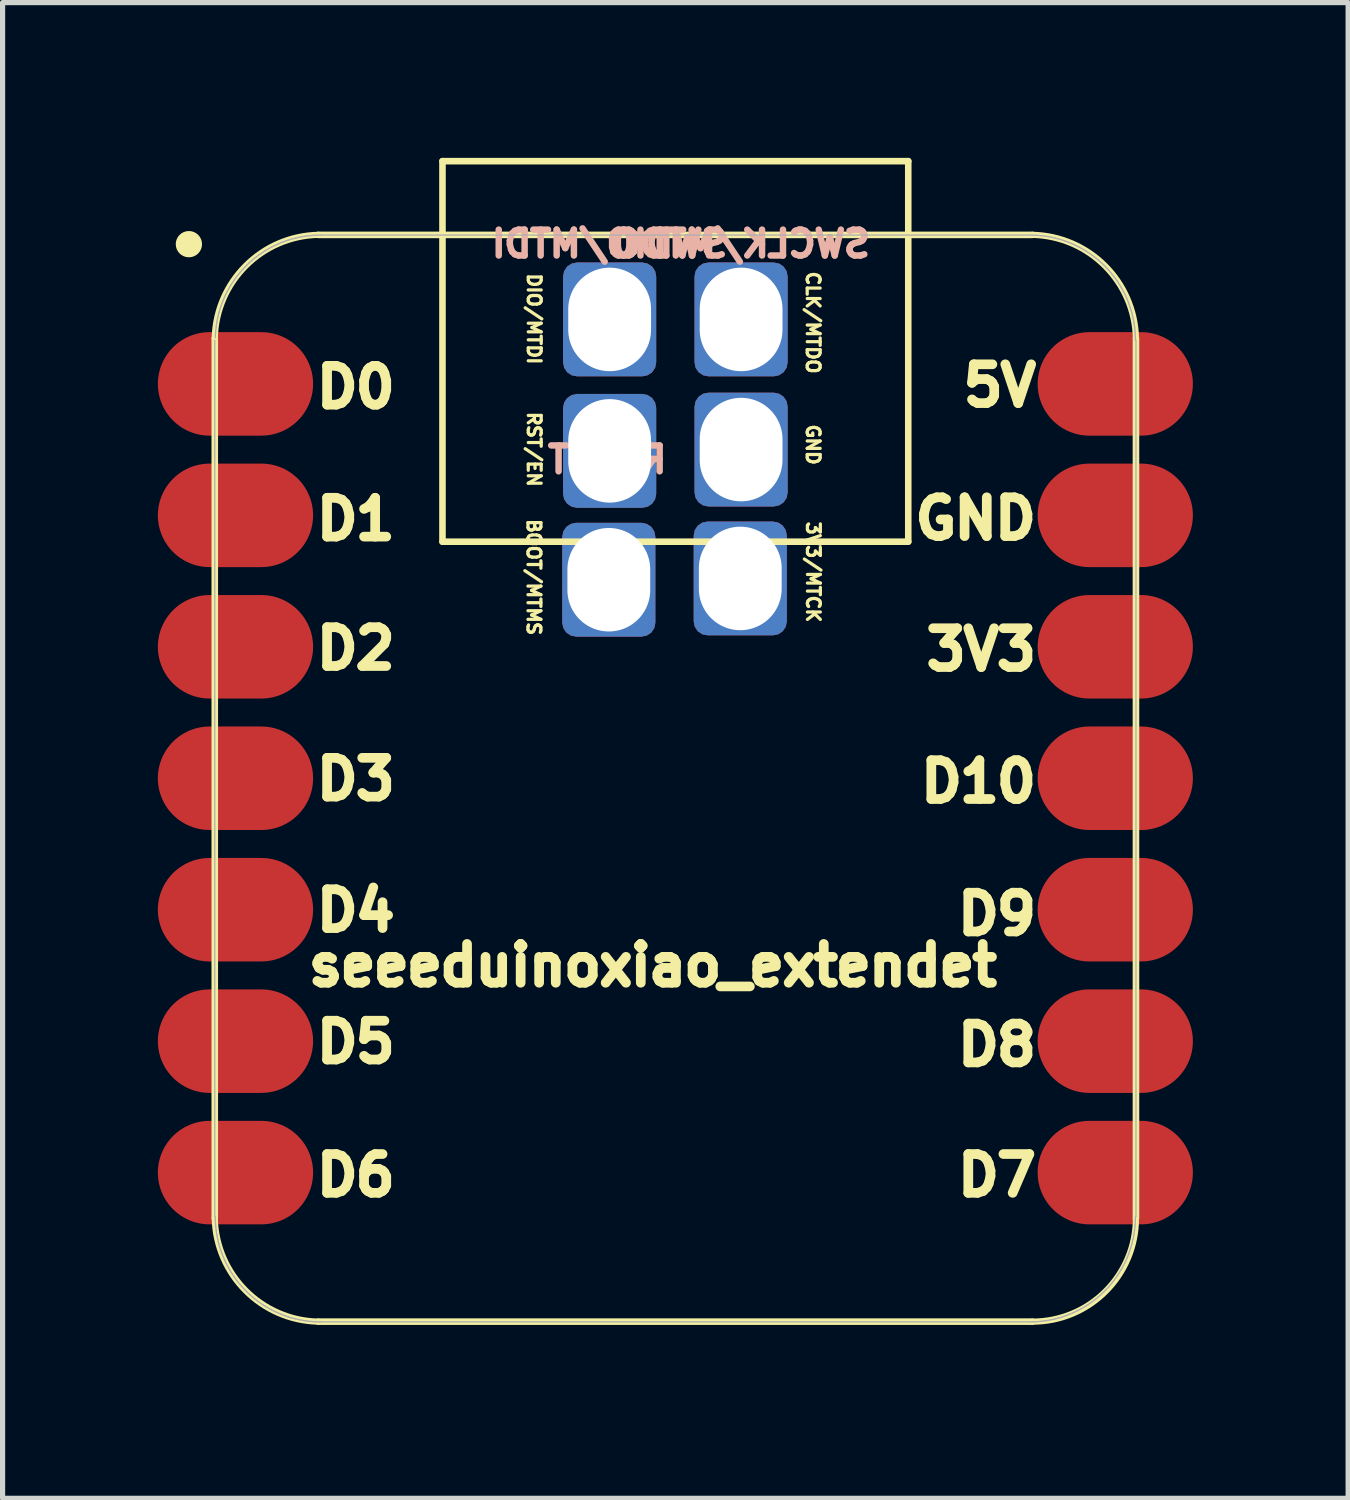
<source format=kicad_pcb>
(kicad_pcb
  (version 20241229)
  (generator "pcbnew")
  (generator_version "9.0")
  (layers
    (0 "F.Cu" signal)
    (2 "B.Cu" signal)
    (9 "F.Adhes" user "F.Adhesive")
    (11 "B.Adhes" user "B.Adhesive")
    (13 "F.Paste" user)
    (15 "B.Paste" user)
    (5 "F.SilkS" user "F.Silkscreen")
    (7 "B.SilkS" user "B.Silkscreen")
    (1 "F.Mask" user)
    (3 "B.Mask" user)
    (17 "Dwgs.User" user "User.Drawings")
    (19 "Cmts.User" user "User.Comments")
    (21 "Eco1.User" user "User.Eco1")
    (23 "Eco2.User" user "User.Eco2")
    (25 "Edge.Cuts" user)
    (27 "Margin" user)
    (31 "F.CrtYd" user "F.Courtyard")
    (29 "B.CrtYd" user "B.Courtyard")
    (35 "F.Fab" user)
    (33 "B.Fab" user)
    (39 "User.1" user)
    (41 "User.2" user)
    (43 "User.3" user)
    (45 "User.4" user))
  (footprint "seeeduinoxiao_extendet"
    (layer "F.Cu")
    (at 0.914 22.652)
    (property "Reference" "seeeduinoxiao_extendet" (at 8.65 -7.05 0) (layer "F.SilkS") (effects (font (size 0.75 0.75) (thickness 0.188))))
    (attr smd exclude_from_bom)
    (fp_line (start 0.186 -19.164) (end 0.186 -2.164) (stroke (width 0.127) (type solid)) (layer "F.SilkS"))
    (fp_line (start 2.186 -0.164) (end 15.986 -0.164) (stroke (width 0.127) (type solid)) (layer "F.SilkS"))
    (fp_line (start 4.586 -22.588) (end 13.586 -22.588) (stroke (width 0.127) (type solid)) (layer "F.SilkS"))
    (fp_line (start 4.586 -15.235) (end 4.586 -22.588) (stroke (width 0.127) (type solid)) (layer "F.SilkS"))
    (fp_line (start 13.586 -22.588) (end 13.586 -15.235) (stroke (width 0.127) (type solid)) (layer "F.SilkS"))
    (fp_line (start 13.586 -15.235) (end 4.586 -15.235) (stroke (width 0.127) (type solid)) (layer "F.SilkS"))
    (fp_line (start 15.986 -21.163) (end 2.186 -21.163) (stroke (width 0.127) (type solid)) (layer "F.SilkS"))
    (fp_line (start 17.986 -2.164) (end 17.986 -19.164) (stroke (width 0.127) (type solid)) (layer "F.SilkS"))
    (fp_arc (start 0.185786 -19.164214) (mid 0.784295 -20.565705) (end 2.185786 -21.164214) (stroke (width 0.12) (type solid)) (layer "F.SilkS"))
    (fp_arc (start 2.185786 -0.164214) (mid 0.784363 -0.762791) (end 0.185786 -2.164214) (stroke (width 0.12) (type solid)) (layer "F.SilkS"))
    (fp_arc (start 15.985786 -21.164214) (mid 17.38727 -20.565698) (end 17.985786 -19.164214) (stroke (width 0.12) (type solid)) (layer "F.SilkS"))
    (fp_arc (start 17.985786 -2.164214) (mid 17.400004 -0.749996) (end 15.985786 -0.164214) (stroke (width 0.12) (type solid)) (layer "F.SilkS"))
    (fp_circle (center -0.314 -20.984) (end -0.314 -21.238) (stroke (width 0) (type solid)) (fill yes) (layer "F.SilkS"))
    (fp_poly (pts (xy 0.198 -19.226) (xy 0.201 -19.275) (xy 0.205 -19.324)) (stroke (width 0.025) (type solid)) (fill no) (layer "F.SilkS"))
    (fp_poly (pts (xy 17.975 -2.143) (xy 17.973 -2.093) (xy 17.97 -2.045) (xy 17.966 -1.996) (xy 17.961 -1.947) (xy 17.954 -1.898) (xy 17.947 -1.85) (xy 17.938 -1.801) (xy 17.928 -1.753)) (stroke (width 0.025) (type solid)) (fill no) (layer "F.SilkS"))
    (fp_line (start 0.186 -19.128) (end 0.186 -2.192) (stroke (width 0.025) (type solid)) (layer "F.Fab"))
    (fp_line (start 0.196 -2.192) (end 0.196 -2.143) (stroke (width 0.025) (type solid)) (layer "F.Fab"))
    (fp_line (start 0.196 -2.143) (end 0.198 -2.093) (stroke (width 0.025) (type solid)) (layer "F.Fab"))
    (fp_line (start 0.198 -19.226) (end 0.196 -19.177) (stroke (width 0.025) (type solid)) (layer "F.Fab"))
    (fp_line (start 0.198 -2.093) (end 0.201 -2.045) (stroke (width 0.025) (type solid)) (layer "F.Fab"))
    (fp_line (start 0.201 -19.275) (end 0.198 -19.226) (stroke (width 0.025) (type solid)) (layer "F.Fab"))
    (fp_line (start 0.201 -2.045) (end 0.205 -1.996) (stroke (width 0.025) (type solid)) (layer "F.Fab"))
    (fp_line (start 0.205 -19.324) (end 0.201 -19.275) (stroke (width 0.025) (type solid)) (layer "F.Fab"))
    (fp_line (start 0.205 -1.996) (end 0.211 -1.947) (stroke (width 0.025) (type solid)) (layer "F.Fab"))
    (fp_line (start 0.211 -19.372) (end 0.205 -19.324) (stroke (width 0.025) (type solid)) (layer "F.Fab"))
    (fp_line (start 0.211 -1.947) (end 0.217 -1.898) (stroke (width 0.025) (type solid)) (layer "F.Fab"))
    (fp_line (start 0.217 -19.421) (end 0.211 -19.372) (stroke (width 0.025) (type solid)) (layer "F.Fab"))
    (fp_line (start 0.217 -1.898) (end 0.225 -1.85) (stroke (width 0.025) (type solid)) (layer "F.Fab"))
    (fp_line (start 0.225 -19.47) (end 0.217 -19.421) (stroke (width 0.025) (type solid)) (layer "F.Fab"))
    (fp_line (start 0.225 -1.85) (end 0.234 -1.801) (stroke (width 0.025) (type solid)) (layer "F.Fab"))
    (fp_line (start 0.234 -19.518) (end 0.225 -19.47) (stroke (width 0.025) (type solid)) (layer "F.Fab"))
    (fp_line (start 0.234 -1.801) (end 0.244 -1.753) (stroke (width 0.025) (type solid)) (layer "F.Fab"))
    (fp_line (start 0.244 -19.566) (end 0.234 -19.518) (stroke (width 0.025) (type solid)) (layer "F.Fab"))
    (fp_line (start 0.244 -1.753) (end 0.255 -1.705) (stroke (width 0.025) (type solid)) (layer "F.Fab"))
    (fp_line (start 0.255 -19.614) (end 0.244 -19.566) (stroke (width 0.025) (type solid)) (layer "F.Fab"))
    (fp_line (start 0.255 -1.705) (end 0.267 -1.658) (stroke (width 0.025) (type solid)) (layer "F.Fab"))
    (fp_line (start 0.267 -19.662) (end 0.255 -19.614) (stroke (width 0.025) (type solid)) (layer "F.Fab"))
    (fp_line (start 0.267 -1.658) (end 0.281 -1.611) (stroke (width 0.025) (type solid)) (layer "F.Fab"))
    (fp_line (start 0.281 -19.709) (end 0.267 -19.662) (stroke (width 0.025) (type solid)) (layer "F.Fab"))
    (fp_line (start 0.281 -1.611) (end 0.295 -1.564) (stroke (width 0.025) (type solid)) (layer "F.Fab"))
    (fp_line (start 0.295 -19.756) (end 0.281 -19.709) (stroke (width 0.025) (type solid)) (layer "F.Fab"))
    (fp_line (start 0.295 -1.564) (end 0.311 -1.517) (stroke (width 0.025) (type solid)) (layer "F.Fab"))
    (fp_line (start 0.311 -19.802) (end 0.295 -19.756) (stroke (width 0.025) (type solid)) (layer "F.Fab"))
    (fp_line (start 0.311 -1.517) (end 0.328 -1.471) (stroke (width 0.025) (type solid)) (layer "F.Fab"))
    (fp_line (start 0.328 -19.848) (end 0.311 -19.802) (stroke (width 0.025) (type solid)) (layer "F.Fab"))
    (fp_line (start 0.328 -1.471) (end 0.346 -1.425) (stroke (width 0.025) (type solid)) (layer "F.Fab"))
    (fp_line (start 0.346 -19.894) (end 0.328 -19.848) (stroke (width 0.025) (type solid)) (layer "F.Fab"))
    (fp_line (start 0.346 -1.425) (end 0.365 -1.38) (stroke (width 0.025) (type solid)) (layer "F.Fab"))
    (fp_line (start 0.365 -19.939) (end 0.346 -19.894) (stroke (width 0.025) (type solid)) (layer "F.Fab"))
    (fp_line (start 0.365 -1.38) (end 0.385 -1.335) (stroke (width 0.025) (type solid)) (layer "F.Fab"))
    (fp_line (start 0.385 -19.984) (end 0.365 -19.939) (stroke (width 0.025) (type solid)) (layer "F.Fab"))
    (fp_line (start 0.385 -1.335) (end 0.406 -1.291) (stroke (width 0.025) (type solid)) (layer "F.Fab"))
    (fp_line (start 0.406 -20.028) (end 0.385 -19.984) (stroke (width 0.025) (type solid)) (layer "F.Fab"))
    (fp_line (start 0.406 -1.291) (end 0.428 -1.247) (stroke (width 0.025) (type solid)) (layer "F.Fab"))
    (fp_line (start 0.428 -20.072) (end 0.406 -20.028) (stroke (width 0.025) (type solid)) (layer "F.Fab"))
    (fp_line (start 0.428 -1.247) (end 0.452 -1.204) (stroke (width 0.025) (type solid)) (layer "F.Fab"))
    (fp_line (start 0.452 -20.115) (end 0.428 -20.072) (stroke (width 0.025) (type solid)) (layer "F.Fab"))
    (fp_line (start 0.452 -1.204) (end 0.476 -1.161) (stroke (width 0.025) (type solid)) (layer "F.Fab"))
    (fp_line (start 0.476 -20.158) (end 0.452 -20.115) (stroke (width 0.025) (type solid)) (layer "F.Fab"))
    (fp_line (start 0.476 -1.161) (end 0.502 -1.12) (stroke (width 0.025) (type solid)) (layer "F.Fab"))
    (fp_line (start 0.502 -20.2) (end 0.476 -20.158) (stroke (width 0.025) (type solid)) (layer "F.Fab"))
    (fp_line (start 0.502 -1.12) (end 0.528 -1.078) (stroke (width 0.025) (type solid)) (layer "F.Fab"))
    (fp_line (start 0.528 -20.241) (end 0.502 -20.2) (stroke (width 0.025) (type solid)) (layer "F.Fab"))
    (fp_line (start 0.528 -1.078) (end 0.555 -1.037) (stroke (width 0.025) (type solid)) (layer "F.Fab"))
    (fp_line (start 0.555 -20.282) (end 0.528 -20.241) (stroke (width 0.025) (type solid)) (layer "F.Fab"))
    (fp_line (start 0.555 -1.037) (end 0.584 -0.997) (stroke (width 0.025) (type solid)) (layer "F.Fab"))
    (fp_line (start 0.584 -20.322) (end 0.555 -20.282) (stroke (width 0.025) (type solid)) (layer "F.Fab"))
    (fp_line (start 0.584 -0.997) (end 0.613 -0.958) (stroke (width 0.025) (type solid)) (layer "F.Fab"))
    (fp_line (start 0.613 -20.361) (end 0.584 -20.322) (stroke (width 0.025) (type solid)) (layer "F.Fab"))
    (fp_line (start 0.613 -0.958) (end 0.644 -0.919) (stroke (width 0.025) (type solid)) (layer "F.Fab"))
    (fp_line (start 0.644 -20.4) (end 0.613 -20.361) (stroke (width 0.025) (type solid)) (layer "F.Fab"))
    (fp_line (start 0.644 -0.919) (end 0.675 -0.881) (stroke (width 0.025) (type solid)) (layer "F.Fab"))
    (fp_line (start 0.675 -20.438) (end 0.644 -20.4) (stroke (width 0.025) (type solid)) (layer "F.Fab"))
    (fp_line (start 0.675 -0.881) (end 0.707 -0.844) (stroke (width 0.025) (type solid)) (layer "F.Fab"))
    (fp_line (start 0.707 -20.475) (end 0.675 -20.438) (stroke (width 0.025) (type solid)) (layer "F.Fab"))
    (fp_line (start 0.707 -0.844) (end 0.74 -0.808) (stroke (width 0.025) (type solid)) (layer "F.Fab"))
    (fp_line (start 0.74 -20.511) (end 0.707 -20.475) (stroke (width 0.025) (type solid)) (layer "F.Fab"))
    (fp_line (start 0.74 -0.808) (end 0.774 -0.772) (stroke (width 0.025) (type solid)) (layer "F.Fab"))
    (fp_line (start 0.774 -20.547) (end 0.74 -20.511) (stroke (width 0.025) (type solid)) (layer "F.Fab"))
    (fp_line (start 0.774 -0.772) (end 0.808 -0.738) (stroke (width 0.025) (type solid)) (layer "F.Fab"))
    (fp_line (start 0.808 -20.582) (end 0.774 -20.547) (stroke (width 0.025) (type solid)) (layer "F.Fab"))
    (fp_line (start 0.808 -0.738) (end 0.844 -0.704) (stroke (width 0.025) (type solid)) (layer "F.Fab"))
    (fp_line (start 0.844 -20.616) (end 0.808 -20.582) (stroke (width 0.025) (type solid)) (layer "F.Fab"))
    (fp_line (start 0.844 -0.704) (end 0.88 -0.671) (stroke (width 0.025) (type solid)) (layer "F.Fab"))
    (fp_line (start 0.88 -20.649) (end 0.844 -20.616) (stroke (width 0.025) (type solid)) (layer "F.Fab"))
    (fp_line (start 0.88 -0.671) (end 0.917 -0.638) (stroke (width 0.025) (type solid)) (layer "F.Fab"))
    (fp_line (start 0.917 -20.681) (end 0.88 -20.649) (stroke (width 0.025) (type solid)) (layer "F.Fab"))
    (fp_line (start 0.917 -0.638) (end 0.955 -0.607) (stroke (width 0.025) (type solid)) (layer "F.Fab"))
    (fp_line (start 0.955 -20.712) (end 0.917 -20.681) (stroke (width 0.025) (type solid)) (layer "F.Fab"))
    (fp_line (start 0.955 -0.607) (end 0.994 -0.577) (stroke (width 0.025) (type solid)) (layer "F.Fab"))
    (fp_line (start 0.994 -20.742) (end 0.955 -20.712) (stroke (width 0.025) (type solid)) (layer "F.Fab"))
    (fp_line (start 0.994 -0.577) (end 1.033 -0.548) (stroke (width 0.025) (type solid)) (layer "F.Fab"))
    (fp_line (start 1.033 -20.772) (end 0.994 -20.742) (stroke (width 0.025) (type solid)) (layer "F.Fab"))
    (fp_line (start 1.033 -0.548) (end 1.073 -0.519) (stroke (width 0.025) (type solid)) (layer "F.Fab"))
    (fp_line (start 1.073 -20.8) (end 1.033 -20.772) (stroke (width 0.025) (type solid)) (layer "F.Fab"))
    (fp_line (start 1.073 -0.519) (end 1.114 -0.492) (stroke (width 0.025) (type solid)) (layer "F.Fab"))
    (fp_line (start 1.114 -20.827) (end 1.073 -20.8) (stroke (width 0.025) (type solid)) (layer "F.Fab"))
    (fp_line (start 1.114 -0.492) (end 1.156 -0.465) (stroke (width 0.025) (type solid)) (layer "F.Fab"))
    (fp_line (start 1.156 -20.854) (end 1.114 -20.827) (stroke (width 0.025) (type solid)) (layer "F.Fab"))
    (fp_line (start 1.156 -0.465) (end 1.198 -0.44) (stroke (width 0.025) (type solid)) (layer "F.Fab"))
    (fp_line (start 1.198 -20.879) (end 1.156 -20.854) (stroke (width 0.025) (type solid)) (layer "F.Fab"))
    (fp_line (start 1.198 -0.44) (end 1.24 -0.416) (stroke (width 0.025) (type solid)) (layer "F.Fab"))
    (fp_line (start 1.24 -20.904) (end 1.198 -20.879) (stroke (width 0.025) (type solid)) (layer "F.Fab"))
    (fp_line (start 1.24 -0.416) (end 1.283 -0.392) (stroke (width 0.025) (type solid)) (layer "F.Fab"))
    (fp_line (start 1.283 -20.927) (end 1.24 -20.904) (stroke (width 0.025) (type solid)) (layer "F.Fab"))
    (fp_line (start 1.283 -0.392) (end 1.327 -0.37) (stroke (width 0.025) (type solid)) (layer "F.Fab"))
    (fp_line (start 1.327 -20.949) (end 1.283 -20.927) (stroke (width 0.025) (type solid)) (layer "F.Fab"))
    (fp_line (start 1.327 -0.37) (end 1.372 -0.349) (stroke (width 0.025) (type solid)) (layer "F.Fab"))
    (fp_line (start 1.372 -20.97) (end 1.327 -20.949) (stroke (width 0.025) (type solid)) (layer "F.Fab"))
    (fp_line (start 1.372 -0.349) (end 1.416 -0.329) (stroke (width 0.025) (type solid)) (layer "F.Fab"))
    (fp_line (start 1.416 -20.99) (end 1.372 -20.97) (stroke (width 0.025) (type solid)) (layer "F.Fab"))
    (fp_line (start 1.416 -0.329) (end 1.461 -0.31) (stroke (width 0.025) (type solid)) (layer "F.Fab"))
    (fp_line (start 1.461 -21.01) (end 1.416 -20.99) (stroke (width 0.025) (type solid)) (layer "F.Fab"))
    (fp_line (start 1.461 -0.31) (end 1.507 -0.292) (stroke (width 0.025) (type solid)) (layer "F.Fab"))
    (fp_line (start 1.507 -21.028) (end 1.461 -21.01) (stroke (width 0.025) (type solid)) (layer "F.Fab"))
    (fp_line (start 1.507 -0.292) (end 1.553 -0.275) (stroke (width 0.025) (type solid)) (layer "F.Fab"))
    (fp_line (start 1.553 -21.044) (end 1.507 -21.028) (stroke (width 0.025) (type solid)) (layer "F.Fab"))
    (fp_line (start 1.553 -0.275) (end 1.6 -0.259) (stroke (width 0.025) (type solid)) (layer "F.Fab"))
    (fp_line (start 1.6 -21.06) (end 1.553 -21.044) (stroke (width 0.025) (type solid)) (layer "F.Fab"))
    (fp_line (start 1.6 -0.259) (end 1.647 -0.244) (stroke (width 0.025) (type solid)) (layer "F.Fab"))
    (fp_line (start 1.647 -21.075) (end 1.6 -21.06) (stroke (width 0.025) (type solid)) (layer "F.Fab"))
    (fp_line (start 1.647 -0.244) (end 1.694 -0.231) (stroke (width 0.025) (type solid)) (layer "F.Fab"))
    (fp_line (start 1.694 -21.088) (end 1.647 -21.075) (stroke (width 0.025) (type solid)) (layer "F.Fab"))
    (fp_line (start 1.694 -0.231) (end 1.741 -0.219) (stroke (width 0.025) (type solid)) (layer "F.Fab"))
    (fp_line (start 1.741 -21.101) (end 1.694 -21.088) (stroke (width 0.025) (type solid)) (layer "F.Fab"))
    (fp_line (start 1.741 -0.219) (end 1.789 -0.207) (stroke (width 0.025) (type solid)) (layer "F.Fab"))
    (fp_line (start 1.789 -21.112) (end 1.741 -21.101) (stroke (width 0.025) (type solid)) (layer "F.Fab"))
    (fp_line (start 1.789 -0.207) (end 1.837 -0.198) (stroke (width 0.025) (type solid)) (layer "F.Fab"))
    (fp_line (start 1.837 -21.122) (end 1.789 -21.112) (stroke (width 0.025) (type solid)) (layer "F.Fab"))
    (fp_line (start 1.837 -0.198) (end 1.886 -0.189) (stroke (width 0.025) (type solid)) (layer "F.Fab"))
    (fp_line (start 1.886 -21.131) (end 1.837 -21.122) (stroke (width 0.025) (type solid)) (layer "F.Fab"))
    (fp_line (start 1.886 -0.189) (end 1.934 -0.181) (stroke (width 0.025) (type solid)) (layer "F.Fab"))
    (fp_line (start 1.934 -21.138) (end 1.886 -21.131) (stroke (width 0.025) (type solid)) (layer "F.Fab"))
    (fp_line (start 1.934 -0.181) (end 1.983 -0.174) (stroke (width 0.025) (type solid)) (layer "F.Fab"))
    (fp_line (start 1.983 -21.145) (end 1.934 -21.138) (stroke (width 0.025) (type solid)) (layer "F.Fab"))
    (fp_line (start 1.983 -0.174) (end 2.032 -0.169) (stroke (width 0.025) (type solid)) (layer "F.Fab"))
    (fp_line (start 2.032 -21.15) (end 1.983 -21.145) (stroke (width 0.025) (type solid)) (layer "F.Fab"))
    (fp_line (start 2.032 -0.169) (end 2.081 -0.165) (stroke (width 0.025) (type solid)) (layer "F.Fab"))
    (fp_line (start 2.081 -21.154) (end 2.032 -21.15) (stroke (width 0.025) (type solid)) (layer "F.Fab"))
    (fp_line (start 2.081 -0.165) (end 2.129 -0.162) (stroke (width 0.025) (type solid)) (layer "F.Fab"))
    (fp_line (start 2.129 -21.157) (end 2.081 -21.154) (stroke (width 0.025) (type solid)) (layer "F.Fab"))
    (fp_line (start 2.129 -0.162) (end 2.179 -0.16) (stroke (width 0.025) (type solid)) (layer "F.Fab"))
    (fp_line (start 2.179 -21.159) (end 2.129 -21.157) (stroke (width 0.025) (type solid)) (layer "F.Fab"))
    (fp_line (start 2.179 -0.16) (end 2.228 -0.16) (stroke (width 0.025) (type solid)) (layer "F.Fab"))
    (fp_line (start 2.228 -21.16) (end 2.179 -21.159) (stroke (width 0.025) (type solid)) (layer "F.Fab"))
    (fp_line (start 2.228 -0.16) (end 15.944 -0.16) (stroke (width 0.025) (type solid)) (layer "F.Fab"))
    (fp_line (start 15.944 -21.16) (end 2.228 -21.16) (stroke (width 0.025) (type solid)) (layer "F.Fab"))
    (fp_line (start 15.944 -0.16) (end 15.993 -0.16) (stroke (width 0.025) (type solid)) (layer "F.Fab"))
    (fp_line (start 15.993 -21.159) (end 15.944 -21.16) (stroke (width 0.025) (type solid)) (layer "F.Fab"))
    (fp_line (start 15.993 -0.16) (end 16.042 -0.162) (stroke (width 0.025) (type solid)) (layer "F.Fab"))
    (fp_line (start 16.042 -21.157) (end 15.993 -21.159) (stroke (width 0.025) (type solid)) (layer "F.Fab"))
    (fp_line (start 16.042 -0.162) (end 16.091 -0.165) (stroke (width 0.025) (type solid)) (layer "F.Fab"))
    (fp_line (start 16.091 -21.154) (end 16.042 -21.157) (stroke (width 0.025) (type solid)) (layer "F.Fab"))
    (fp_line (start 16.091 -0.165) (end 16.14 -0.169) (stroke (width 0.025) (type solid)) (layer "F.Fab"))
    (fp_line (start 16.14 -21.15) (end 16.091 -21.154) (stroke (width 0.025) (type solid)) (layer "F.Fab"))
    (fp_line (start 16.14 -0.169) (end 16.189 -0.174) (stroke (width 0.025) (type solid)) (layer "F.Fab"))
    (fp_line (start 16.189 -21.145) (end 16.14 -21.15) (stroke (width 0.025) (type solid)) (layer "F.Fab"))
    (fp_line (start 16.189 -0.174) (end 16.237 -0.181) (stroke (width 0.025) (type solid)) (layer "F.Fab"))
    (fp_line (start 16.237 -21.138) (end 16.189 -21.145) (stroke (width 0.025) (type solid)) (layer "F.Fab"))
    (fp_line (start 16.237 -0.181) (end 16.286 -0.189) (stroke (width 0.025) (type solid)) (layer "F.Fab"))
    (fp_line (start 16.286 -21.131) (end 16.237 -21.138) (stroke (width 0.025) (type solid)) (layer "F.Fab"))
    (fp_line (start 16.286 -0.189) (end 16.334 -0.198) (stroke (width 0.025) (type solid)) (layer "F.Fab"))
    (fp_line (start 16.334 -21.122) (end 16.286 -21.131) (stroke (width 0.025) (type solid)) (layer "F.Fab"))
    (fp_line (start 16.334 -0.198) (end 16.382 -0.207) (stroke (width 0.025) (type solid)) (layer "F.Fab"))
    (fp_line (start 16.382 -21.112) (end 16.334 -21.122) (stroke (width 0.025) (type solid)) (layer "F.Fab"))
    (fp_line (start 16.382 -0.207) (end 16.43 -0.219) (stroke (width 0.025) (type solid)) (layer "F.Fab"))
    (fp_line (start 16.43 -21.101) (end 16.382 -21.112) (stroke (width 0.025) (type solid)) (layer "F.Fab"))
    (fp_line (start 16.43 -0.219) (end 16.478 -0.231) (stroke (width 0.025) (type solid)) (layer "F.Fab"))
    (fp_line (start 16.478 -21.088) (end 16.43 -21.101) (stroke (width 0.025) (type solid)) (layer "F.Fab"))
    (fp_line (start 16.478 -0.231) (end 16.525 -0.244) (stroke (width 0.025) (type solid)) (layer "F.Fab"))
    (fp_line (start 16.525 -21.075) (end 16.478 -21.088) (stroke (width 0.025) (type solid)) (layer "F.Fab"))
    (fp_line (start 16.525 -0.244) (end 16.572 -0.259) (stroke (width 0.025) (type solid)) (layer "F.Fab"))
    (fp_line (start 16.572 -21.06) (end 16.525 -21.075) (stroke (width 0.025) (type solid)) (layer "F.Fab"))
    (fp_line (start 16.572 -0.259) (end 16.618 -0.275) (stroke (width 0.025) (type solid)) (layer "F.Fab"))
    (fp_line (start 16.618 -21.044) (end 16.572 -21.06) (stroke (width 0.025) (type solid)) (layer "F.Fab"))
    (fp_line (start 16.618 -0.275) (end 16.664 -0.292) (stroke (width 0.025) (type solid)) (layer "F.Fab"))
    (fp_line (start 16.664 -21.028) (end 16.618 -21.044) (stroke (width 0.025) (type solid)) (layer "F.Fab"))
    (fp_line (start 16.664 -0.292) (end 16.71 -0.31) (stroke (width 0.025) (type solid)) (layer "F.Fab"))
    (fp_line (start 16.71 -21.01) (end 16.664 -21.028) (stroke (width 0.025) (type solid)) (layer "F.Fab"))
    (fp_line (start 16.71 -0.31) (end 16.755 -0.329) (stroke (width 0.025) (type solid)) (layer "F.Fab"))
    (fp_line (start 16.755 -20.99) (end 16.71 -21.01) (stroke (width 0.025) (type solid)) (layer "F.Fab"))
    (fp_line (start 16.755 -0.329) (end 16.8 -0.349) (stroke (width 0.025) (type solid)) (layer "F.Fab"))
    (fp_line (start 16.8 -20.97) (end 16.755 -20.99) (stroke (width 0.025) (type solid)) (layer "F.Fab"))
    (fp_line (start 16.8 -0.349) (end 16.844 -0.37) (stroke (width 0.025) (type solid)) (layer "F.Fab"))
    (fp_line (start 16.844 -20.949) (end 16.8 -20.97) (stroke (width 0.025) (type solid)) (layer "F.Fab"))
    (fp_line (start 16.844 -0.37) (end 16.888 -0.392) (stroke (width 0.025) (type solid)) (layer "F.Fab"))
    (fp_line (start 16.888 -20.927) (end 16.844 -20.949) (stroke (width 0.025) (type solid)) (layer "F.Fab"))
    (fp_line (start 16.888 -0.392) (end 16.931 -0.416) (stroke (width 0.025) (type solid)) (layer "F.Fab"))
    (fp_line (start 16.931 -20.904) (end 16.888 -20.927) (stroke (width 0.025) (type solid)) (layer "F.Fab"))
    (fp_line (start 16.931 -0.416) (end 16.974 -0.44) (stroke (width 0.025) (type solid)) (layer "F.Fab"))
    (fp_line (start 16.974 -20.879) (end 16.931 -20.904) (stroke (width 0.025) (type solid)) (layer "F.Fab"))
    (fp_line (start 16.974 -0.44) (end 17.016 -0.465) (stroke (width 0.025) (type solid)) (layer "F.Fab"))
    (fp_line (start 17.016 -20.854) (end 16.974 -20.879) (stroke (width 0.025) (type solid)) (layer "F.Fab"))
    (fp_line (start 17.016 -0.465) (end 17.057 -0.492) (stroke (width 0.025) (type solid)) (layer "F.Fab"))
    (fp_line (start 17.057 -20.827) (end 17.016 -20.854) (stroke (width 0.025) (type solid)) (layer "F.Fab"))
    (fp_line (start 17.057 -0.492) (end 17.098 -0.519) (stroke (width 0.025) (type solid)) (layer "F.Fab"))
    (fp_line (start 17.098 -20.8) (end 17.057 -20.827) (stroke (width 0.025) (type solid)) (layer "F.Fab"))
    (fp_line (start 17.098 -0.519) (end 17.138 -0.548) (stroke (width 0.025) (type solid)) (layer "F.Fab"))
    (fp_line (start 17.138 -20.772) (end 17.098 -20.8) (stroke (width 0.025) (type solid)) (layer "F.Fab"))
    (fp_line (start 17.138 -0.548) (end 17.177 -0.577) (stroke (width 0.025) (type solid)) (layer "F.Fab"))
    (fp_line (start 17.177 -20.742) (end 17.138 -20.772) (stroke (width 0.025) (type solid)) (layer "F.Fab"))
    (fp_line (start 17.177 -0.577) (end 17.216 -0.607) (stroke (width 0.025) (type solid)) (layer "F.Fab"))
    (fp_line (start 17.216 -20.712) (end 17.177 -20.742) (stroke (width 0.025) (type solid)) (layer "F.Fab"))
    (fp_line (start 17.216 -0.607) (end 17.254 -0.638) (stroke (width 0.025) (type solid)) (layer "F.Fab"))
    (fp_line (start 17.254 -20.681) (end 17.216 -20.712) (stroke (width 0.025) (type solid)) (layer "F.Fab"))
    (fp_line (start 17.254 -0.638) (end 17.291 -0.671) (stroke (width 0.025) (type solid)) (layer "F.Fab"))
    (fp_line (start 17.291 -20.649) (end 17.254 -20.681) (stroke (width 0.025) (type solid)) (layer "F.Fab"))
    (fp_line (start 17.291 -0.671) (end 17.328 -0.704) (stroke (width 0.025) (type solid)) (layer "F.Fab"))
    (fp_line (start 17.328 -20.616) (end 17.291 -20.649) (stroke (width 0.025) (type solid)) (layer "F.Fab"))
    (fp_line (start 17.328 -0.704) (end 17.363 -0.738) (stroke (width 0.025) (type solid)) (layer "F.Fab"))
    (fp_line (start 17.363 -20.582) (end 17.328 -20.616) (stroke (width 0.025) (type solid)) (layer "F.Fab"))
    (fp_line (start 17.363 -0.738) (end 17.398 -0.772) (stroke (width 0.025) (type solid)) (layer "F.Fab"))
    (fp_line (start 17.398 -20.547) (end 17.363 -20.582) (stroke (width 0.025) (type solid)) (layer "F.Fab"))
    (fp_line (start 17.398 -0.772) (end 17.432 -0.808) (stroke (width 0.025) (type solid)) (layer "F.Fab"))
    (fp_line (start 17.432 -20.511) (end 17.398 -20.547) (stroke (width 0.025) (type solid)) (layer "F.Fab"))
    (fp_line (start 17.432 -0.808) (end 17.465 -0.844) (stroke (width 0.025) (type solid)) (layer "F.Fab"))
    (fp_line (start 17.465 -20.475) (end 17.432 -20.511) (stroke (width 0.025) (type solid)) (layer "F.Fab"))
    (fp_line (start 17.465 -0.844) (end 17.497 -0.881) (stroke (width 0.025) (type solid)) (layer "F.Fab"))
    (fp_line (start 17.497 -20.438) (end 17.465 -20.475) (stroke (width 0.025) (type solid)) (layer "F.Fab"))
    (fp_line (start 17.497 -0.881) (end 17.528 -0.919) (stroke (width 0.025) (type solid)) (layer "F.Fab"))
    (fp_line (start 17.528 -20.4) (end 17.497 -20.438) (stroke (width 0.025) (type solid)) (layer "F.Fab"))
    (fp_line (start 17.528 -0.919) (end 17.558 -0.958) (stroke (width 0.025) (type solid)) (layer "F.Fab"))
    (fp_line (start 17.558 -20.361) (end 17.528 -20.4) (stroke (width 0.025) (type solid)) (layer "F.Fab"))
    (fp_line (start 17.558 -0.958) (end 17.588 -0.997) (stroke (width 0.025) (type solid)) (layer "F.Fab"))
    (fp_line (start 17.588 -20.322) (end 17.558 -20.361) (stroke (width 0.025) (type solid)) (layer "F.Fab"))
    (fp_line (start 17.588 -0.997) (end 17.616 -1.037) (stroke (width 0.025) (type solid)) (layer "F.Fab"))
    (fp_line (start 17.616 -20.282) (end 17.588 -20.322) (stroke (width 0.025) (type solid)) (layer "F.Fab"))
    (fp_line (start 17.616 -1.037) (end 17.644 -1.078) (stroke (width 0.025) (type solid)) (layer "F.Fab"))
    (fp_line (start 17.644 -20.241) (end 17.616 -20.282) (stroke (width 0.025) (type solid)) (layer "F.Fab"))
    (fp_line (start 17.644 -1.078) (end 17.67 -1.12) (stroke (width 0.025) (type solid)) (layer "F.Fab"))
    (fp_line (start 17.67 -20.2) (end 17.644 -20.241) (stroke (width 0.025) (type solid)) (layer "F.Fab"))
    (fp_line (start 17.67 -1.12) (end 17.695 -1.161) (stroke (width 0.025) (type solid)) (layer "F.Fab"))
    (fp_line (start 17.695 -20.158) (end 17.67 -20.2) (stroke (width 0.025) (type solid)) (layer "F.Fab"))
    (fp_line (start 17.695 -1.161) (end 17.72 -1.204) (stroke (width 0.025) (type solid)) (layer "F.Fab"))
    (fp_line (start 17.72 -20.115) (end 17.695 -20.158) (stroke (width 0.025) (type solid)) (layer "F.Fab"))
    (fp_line (start 17.72 -1.204) (end 17.743 -1.247) (stroke (width 0.025) (type solid)) (layer "F.Fab"))
    (fp_line (start 17.743 -20.072) (end 17.72 -20.115) (stroke (width 0.025) (type solid)) (layer "F.Fab"))
    (fp_line (start 17.743 -1.247) (end 17.765 -1.291) (stroke (width 0.025) (type solid)) (layer "F.Fab"))
    (fp_line (start 17.765 -20.028) (end 17.743 -20.072) (stroke (width 0.025) (type solid)) (layer "F.Fab"))
    (fp_line (start 17.765 -1.291) (end 17.787 -1.335) (stroke (width 0.025) (type solid)) (layer "F.Fab"))
    (fp_line (start 17.787 -19.984) (end 17.765 -20.028) (stroke (width 0.025) (type solid)) (layer "F.Fab"))
    (fp_line (start 17.787 -1.335) (end 17.807 -1.38) (stroke (width 0.025) (type solid)) (layer "F.Fab"))
    (fp_line (start 17.807 -19.939) (end 17.787 -19.984) (stroke (width 0.025) (type solid)) (layer "F.Fab"))
    (fp_line (start 17.807 -1.38) (end 17.826 -1.425) (stroke (width 0.025) (type solid)) (layer "F.Fab"))
    (fp_line (start 17.826 -19.894) (end 17.807 -19.939) (stroke (width 0.025) (type solid)) (layer "F.Fab"))
    (fp_line (start 17.826 -1.425) (end 17.844 -1.471) (stroke (width 0.025) (type solid)) (layer "F.Fab"))
    (fp_line (start 17.844 -19.848) (end 17.826 -19.894) (stroke (width 0.025) (type solid)) (layer "F.Fab"))
    (fp_line (start 17.844 -1.471) (end 17.86 -1.517) (stroke (width 0.025) (type solid)) (layer "F.Fab"))
    (fp_line (start 17.86 -19.802) (end 17.844 -19.848) (stroke (width 0.025) (type solid)) (layer "F.Fab"))
    (fp_line (start 17.86 -1.517) (end 17.876 -1.564) (stroke (width 0.025) (type solid)) (layer "F.Fab"))
    (fp_line (start 17.876 -19.756) (end 17.86 -19.802) (stroke (width 0.025) (type solid)) (layer "F.Fab"))
    (fp_line (start 17.876 -1.564) (end 17.891 -1.611) (stroke (width 0.025) (type solid)) (layer "F.Fab"))
    (fp_line (start 17.891 -19.709) (end 17.876 -19.756) (stroke (width 0.025) (type solid)) (layer "F.Fab"))
    (fp_line (start 17.891 -1.611) (end 17.904 -1.658) (stroke (width 0.025) (type solid)) (layer "F.Fab"))
    (fp_line (start 17.904 -19.662) (end 17.891 -19.709) (stroke (width 0.025) (type solid)) (layer "F.Fab"))
    (fp_line (start 17.904 -1.658) (end 17.917 -1.705) (stroke (width 0.025) (type solid)) (layer "F.Fab"))
    (fp_line (start 17.917 -19.614) (end 17.904 -19.662) (stroke (width 0.025) (type solid)) (layer "F.Fab"))
    (fp_line (start 17.917 -1.705) (end 17.928 -1.753) (stroke (width 0.025) (type solid)) (layer "F.Fab"))
    (fp_line (start 17.928 -19.566) (end 17.917 -19.614) (stroke (width 0.025) (type solid)) (layer "F.Fab"))
    (fp_line (start 17.928 -1.753) (end 17.938 -1.801) (stroke (width 0.025) (type solid)) (layer "F.Fab"))
    (fp_line (start 17.938 -19.518) (end 17.928 -19.566) (stroke (width 0.025) (type solid)) (layer "F.Fab"))
    (fp_line (start 17.938 -1.801) (end 17.947 -1.85) (stroke (width 0.025) (type solid)) (layer "F.Fab"))
    (fp_line (start 17.947 -19.47) (end 17.938 -19.518) (stroke (width 0.025) (type solid)) (layer "F.Fab"))
    (fp_line (start 17.947 -1.85) (end 17.954 -1.898) (stroke (width 0.025) (type solid)) (layer "F.Fab"))
    (fp_line (start 17.954 -19.421) (end 17.947 -19.47) (stroke (width 0.025) (type solid)) (layer "F.Fab"))
    (fp_line (start 17.954 -1.898) (end 17.961 -1.947) (stroke (width 0.025) (type solid)) (layer "F.Fab"))
    (fp_line (start 17.961 -19.372) (end 17.954 -19.421) (stroke (width 0.025) (type solid)) (layer "F.Fab"))
    (fp_line (start 17.961 -1.947) (end 17.966 -1.996) (stroke (width 0.025) (type solid)) (layer "F.Fab"))
    (fp_line (start 17.966 -19.324) (end 17.961 -19.372) (stroke (width 0.025) (type solid)) (layer "F.Fab"))
    (fp_line (start 17.966 -1.996) (end 17.97 -2.045) (stroke (width 0.025) (type solid)) (layer "F.Fab"))
    (fp_line (start 17.97 -19.275) (end 17.966 -19.324) (stroke (width 0.025) (type solid)) (layer "F.Fab"))
    (fp_line (start 17.97 -2.045) (end 17.973 -2.093) (stroke (width 0.025) (type solid)) (layer "F.Fab"))
    (fp_line (start 17.973 -19.226) (end 17.97 -19.275) (stroke (width 0.025) (type solid)) (layer "F.Fab"))
    (fp_line (start 17.973 -2.093) (end 17.975 -2.143) (stroke (width 0.025) (type solid)) (layer "F.Fab"))
    (fp_line (start 17.975 -19.177) (end 17.973 -19.226) (stroke (width 0.025) (type solid)) (layer "F.Fab"))
    (fp_line (start 17.975 -2.143) (end 17.976 -2.192) (stroke (width 0.025) (type solid)) (layer "F.Fab"))
    (fp_line (start 17.976 -19.128) (end 17.975 -19.177) (stroke (width 0.025) (type solid)) (layer "F.Fab"))
    (fp_line (start 17.986 -2.192) (end 17.986 -19.128) (stroke (width 0.025) (type solid)) (layer "F.Fab"))
    (fp_text user "3V3/MTCK" (at 11.75 -14.65 270) (unlocked yes) (layer "F.SilkS") (effects (font (size 0.25 0.25) (thickness 0.125))))
    (fp_text user "CLK/MTDO" (at 11.746 -19.469 270) (unlocked yes) (layer "F.SilkS") (effects (font (size 0.25 0.25) (thickness 0.125))))
    (fp_text user "D4" (at 2.91 -8.106 0) (unlocked yes) (layer "F.SilkS") (effects (font (size 0.75 0.75) (thickness 0.188))))
    (fp_text user "DIO/MTDI" (at 6.356 -19.54 270) (unlocked yes) (layer "F.SilkS") (effects (font (size 0.25 0.25) (thickness 0.125))))
    (fp_text user "D3" (at 2.91 -10.646 0) (unlocked yes) (layer "F.SilkS") (effects (font (size 0.75 0.75) (thickness 0.188))))
    (fp_text user "D5" (at 2.91 -5.566 0) (unlocked yes) (layer "F.SilkS") (effects (font (size 0.75 0.75) (thickness 0.188))))
    (fp_text user "D6" (at 2.91 -2.99 0) (unlocked yes) (layer "F.SilkS") (effects (font (size 0.75 0.75) (thickness 0.188) (bold yes))))
    (fp_text user "RST/EN" (at 6.356 -17.02 270) (unlocked yes) (layer "F.SilkS") (effects (font (size 0.25 0.25) (thickness 0.125))))
    (fp_text user "D2" (at 2.91 -13.17 0) (unlocked yes) (layer "F.SilkS") (effects (font (size 0.75 0.75) (thickness 0.188))))
    (fp_text user "D8" (at 15.3 -5.51 0) (unlocked yes) (layer "F.SilkS") (effects (font (size 0.75 0.75) (thickness 0.188))))
    (fp_text user "5V" (at 15.354 -18.25 0) (unlocked yes) (layer "F.SilkS") (effects (font (size 0.75 0.75) (thickness 0.188))))
    (fp_text user "D10" (at 14.943 -10.6 0) (unlocked yes) (layer "F.SilkS") (effects (font (size 0.75 0.75) (thickness 0.188))))
    (fp_text user "D7" (at 15.3 -2.99 0) (unlocked yes) (layer "F.SilkS") (effects (font (size 0.75 0.75) (thickness 0.188))))
    (fp_text user "GND" (at 14.889 -15.68 0) (unlocked yes) (layer "F.SilkS") (effects (font (size 0.75 0.75) (thickness 0.188))))
    (fp_text user "GND" (at 11.746 -17.11 270) (unlocked yes) (layer "F.SilkS") (effects (font (size 0.25 0.25) (thickness 0.125))))
    (fp_text user "D1" (at 2.91 -15.67 0) (unlocked yes) (layer "F.SilkS") (effects (font (size 0.75 0.75) (thickness 0.188))))
    (fp_text user "BOOT/MTMS" (at 6.35 -14.55 270) (unlocked yes) (layer "F.SilkS") (effects (font (size 0.25 0.25) (thickness 0.125))))
    (fp_text user "D0" (at 2.91 -18.22 0) (unlocked yes) (layer "F.SilkS") (effects (font (size 0.75 0.75) (thickness 0.188))))
    (fp_text user "3V3" (at 14.996 -13.15 0) (unlocked yes) (layer "F.SilkS") (effects (font (size 0.75 0.75) (thickness 0.188))))
    (fp_text user "D9" (at 15.3 -8.04 0) (unlocked yes) (layer "F.SilkS") (effects (font (size 0.75 0.75) (thickness 0.188))))
    (fp_text user "SWCLK/MTDO" (at 10.356 -20.99 0) (unlocked yes) (layer "B.SilkS") (effects (font (size 0.5 0.5) (thickness 0.125)) (justify mirror)))
    (fp_text user "RESET" (at 7.77 -16.82 0) (unlocked yes) (layer "B.SilkS") (effects (font (size 0.5 0.5) (thickness 0.125)) (justify mirror)))
    (fp_text user "GND" (at 10.38 -16.95 0) (unlocked yes) (layer "B.SilkS") (effects (font (size 0.5 0.5) (thickness 0.125)) (justify mirror)))
    (fp_text user "SWDIO/MTDI" (at 7.816 -20.99 0) (unlocked yes) (layer "B.SilkS") (effects (font (size 0.5 0.5) (thickness 0.125)) (justify mirror)))
    (pad "1" smd oval (at 0.586 -18.284) (size 3 2) (layers "F.Cu" "F.Mask" "F.Paste"))
    (pad "2" smd oval (at 0.586 -15.744) (size 3 2) (layers "F.Cu" "F.Mask" "F.Paste"))
    (pad "3" smd oval (at 0.586 -13.204) (size 3 2) (layers "F.Cu" "F.Mask" "F.Paste"))
    (pad "4" smd oval (at 0.586 -10.664) (size 3 2) (layers "F.Cu" "F.Mask" "F.Paste"))
    (pad "5" smd oval (at 0.586 -8.124) (size 3 2) (layers "F.Cu" "F.Mask" "F.Paste"))
    (pad "6" smd oval (at 0.586 -5.584 180) (size 3 2) (layers "F.Cu" "F.Mask" "F.Paste"))
    (pad "7" smd oval (at 0.586 -3.044) (size 3 2) (layers "F.Cu" "F.Mask" "F.Paste"))
    (pad "8" smd oval (at 17.586 -3.044) (size 3 2) (layers "F.Cu" "F.Mask" "F.Paste"))
    (pad "9" smd oval (at 17.586 -5.584) (size 3 2) (layers "F.Cu" "F.Mask" "F.Paste"))
    (pad "10" smd oval (at 17.586 -8.124) (size 3 2) (layers "F.Cu" "F.Mask" "F.Paste"))
    (pad "11" smd oval (at 17.586 -10.664) (size 3 2) (layers "F.Cu" "F.Mask" "F.Paste"))
    (pad "12" smd oval (at 17.586 -13.204) (size 3 2) (layers "F.Cu" "F.Mask" "F.Paste"))
    (pad "13" smd oval (at 17.586 -15.744) (size 3 2) (layers "F.Cu" "F.Mask" "F.Paste"))
    (pad "14" smd oval (at 17.586 -18.284) (size 3 2) (layers "F.Cu" "F.Mask" "F.Paste"))
    (pad "17" thru_hole roundrect (at 7.816 -19.53 180) (size 1.8 2.2) (drill oval 1.6 2) (layers "*.Cu" "*.Mask") (roundrect_rratio 0.15))
    (pad "18" thru_hole roundrect (at 10.356 -19.53 180) (size 1.8 2.2) (drill oval 1.6 2) (layers "*.Cu" "*.Mask") (roundrect_rratio 0.15))
    (pad "19" thru_hole roundrect (at 7.816 -16.99 180) (size 1.8 2.2) (drill oval 1.6 2) (layers "*.Cu" "*.Mask") (roundrect_rratio 0.15))
    (pad "20" thru_hole roundrect (at 10.356 -17.015 180) (size 1.8 2.2) (drill oval 1.6 2) (layers "*.Cu" "*.Mask") (roundrect_rratio 0.15))
    (pad "21" thru_hole roundrect (at 7.8 -14.5 180) (size 1.8 2.2) (drill oval 1.6 2) (layers "*.Cu" "*.Mask") (roundrect_rratio 0.15))
    (pad "22" thru_hole roundrect (at 10.34 -14.525 180) (size 1.8 2.2) (drill oval 1.6 2) (layers "*.Cu" "*.Mask") (roundrect_rratio 0.15)))
  (gr_rect
    (start -3 -3)
    (end 23 25.902)
    (stroke (width 0.1) (type default))
    (fill no)
    (layer "Edge.Cuts")))
</source>
